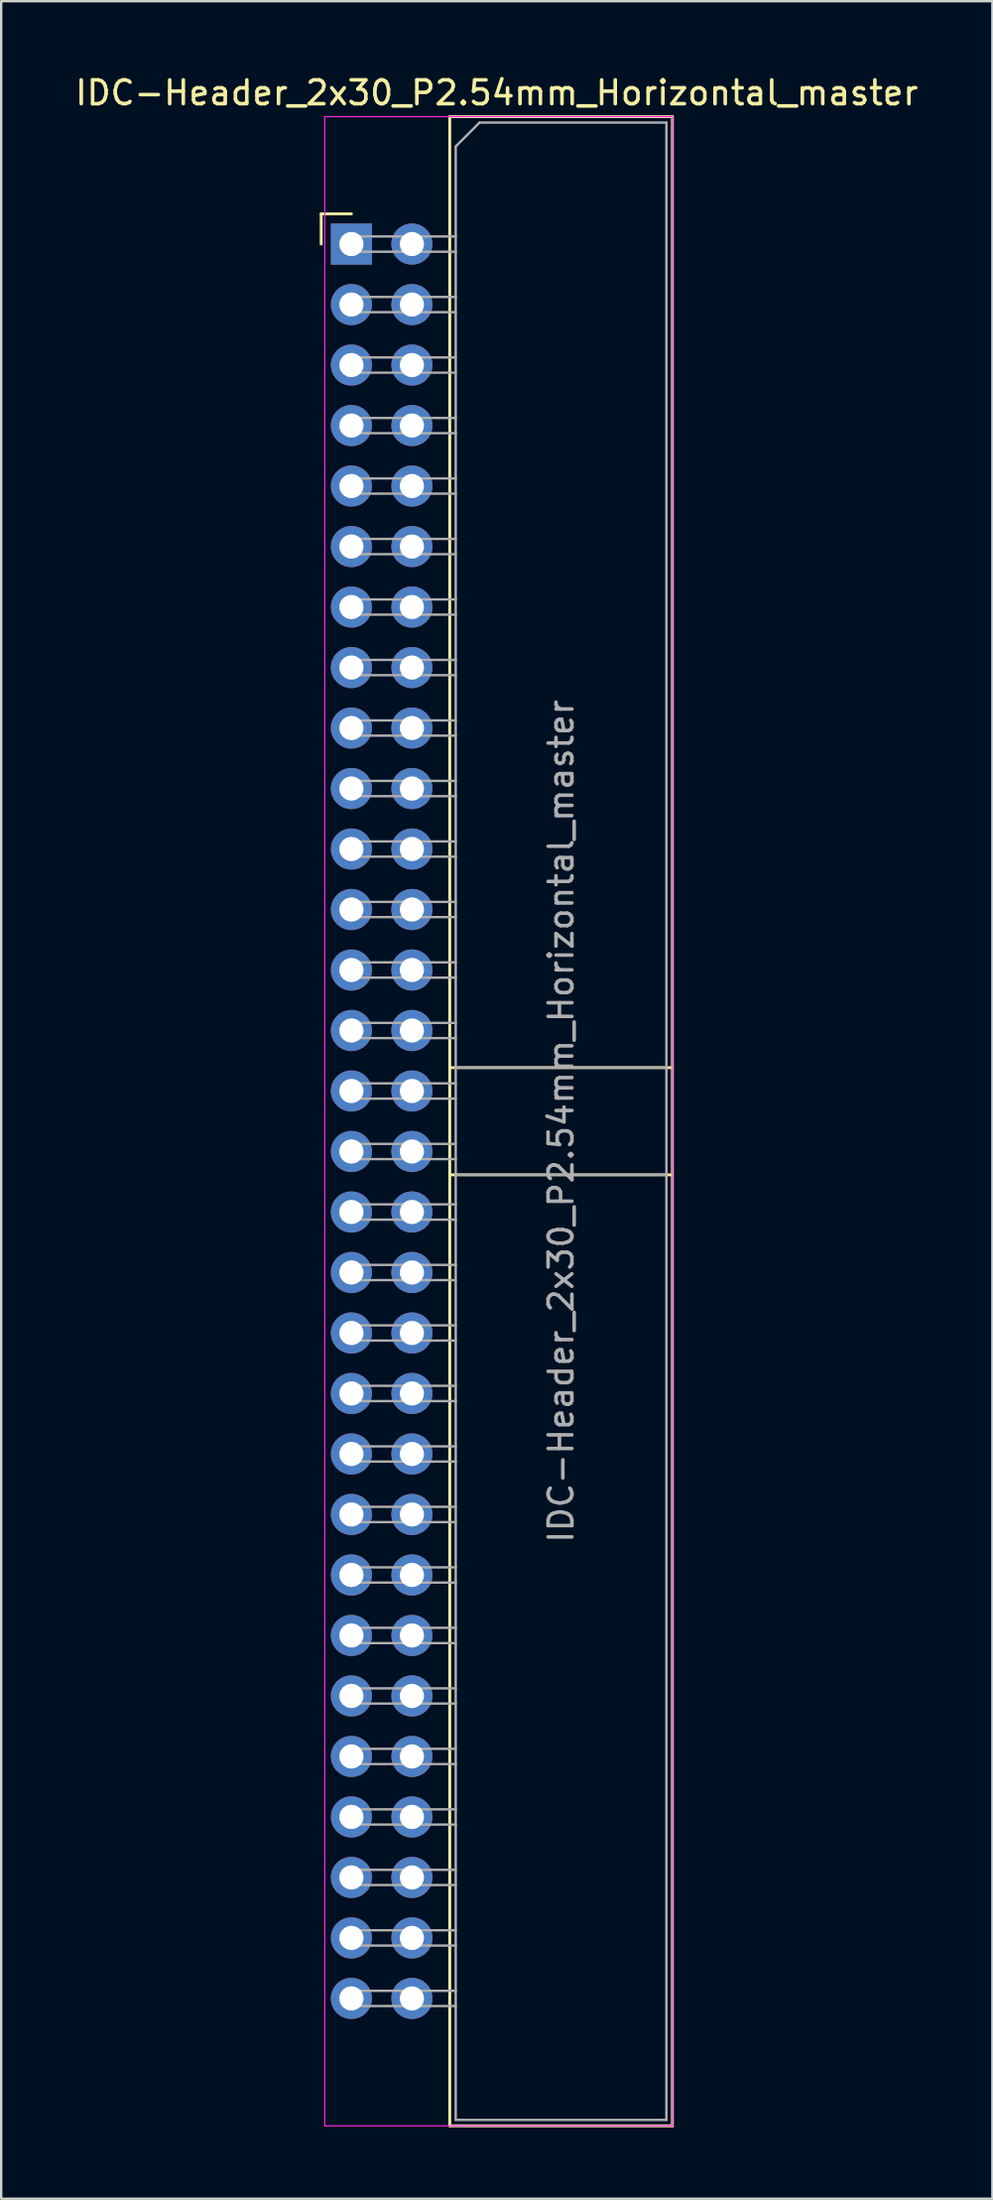
<source format=kicad_pcb>
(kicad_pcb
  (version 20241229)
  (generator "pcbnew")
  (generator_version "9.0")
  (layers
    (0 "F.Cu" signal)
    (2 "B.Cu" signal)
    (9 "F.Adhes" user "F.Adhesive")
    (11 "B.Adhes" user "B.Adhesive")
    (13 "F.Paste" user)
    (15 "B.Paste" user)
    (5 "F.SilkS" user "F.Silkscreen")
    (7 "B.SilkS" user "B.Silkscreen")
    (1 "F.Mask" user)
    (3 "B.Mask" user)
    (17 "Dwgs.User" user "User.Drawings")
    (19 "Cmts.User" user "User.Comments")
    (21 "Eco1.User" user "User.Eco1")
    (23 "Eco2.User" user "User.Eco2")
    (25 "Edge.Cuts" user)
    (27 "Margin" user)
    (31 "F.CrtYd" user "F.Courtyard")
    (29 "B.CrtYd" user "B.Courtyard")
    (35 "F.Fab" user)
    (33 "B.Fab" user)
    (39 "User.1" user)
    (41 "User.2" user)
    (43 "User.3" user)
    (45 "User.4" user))
  (footprint "IDC-Header_2x30_P2.54mm_Horizontal_master"
    (layer "F.Cu")
    (at 11.71 7.198)
    (property "Reference" "IDC-Header_2x30_P2.54mm_Horizontal_master" (at 6.105 -6.35 0) (layer "F.SilkS") (effects (font (size 1 1) (thickness 0.15))))
    (attr through_hole)
    (fp_line (start -1.27 -1.27) (end -1.27 0) (stroke (width 0.12) (type solid)) (layer "F.SilkS"))
    (fp_line (start 0 -1.27) (end -1.27 -1.27) (stroke (width 0.12) (type solid)) (layer "F.SilkS"))
    (fp_line (start 4.13 -5.35) (end 13.48 -5.35) (stroke (width 0.12) (type solid)) (layer "F.SilkS"))
    (fp_line (start 4.13 34.58) (end 13.48 34.58) (stroke (width 0.12) (type solid)) (layer "F.SilkS"))
    (fp_line (start 4.13 39.08) (end 13.48 39.08) (stroke (width 0.12) (type solid)) (layer "F.SilkS"))
    (fp_line (start 4.13 79.01) (end 4.13 -5.35) (stroke (width 0.12) (type solid)) (layer "F.SilkS"))
    (fp_line (start 4.13 79.01) (end 13.48 79.01) (stroke (width 0.12) (type solid)) (layer "F.SilkS"))
    (fp_line (start 13.48 -5.35) (end 13.48 79.01) (stroke (width 0.12) (type solid)) (layer "F.SilkS"))
    (fp_line (start -1.12 -5.35) (end 13.48 -5.35) (stroke (width 0.05) (type solid)) (layer "F.CrtYd"))
    (fp_line (start -1.12 79.01) (end -1.12 -5.35) (stroke (width 0.05) (type solid)) (layer "F.CrtYd"))
    (fp_line (start 13.48 -5.35) (end 13.48 79.01) (stroke (width 0.05) (type solid)) (layer "F.CrtYd"))
    (fp_line (start 13.48 79.01) (end -1.12 79.01) (stroke (width 0.05) (type solid)) (layer "F.CrtYd"))
    (fp_line (start -0.32 -0.32) (end -0.32 0.32) (stroke (width 0.1) (type solid)) (layer "F.Fab"))
    (fp_line (start -0.32 0.32) (end 4.38 0.32) (stroke (width 0.1) (type solid)) (layer "F.Fab"))
    (fp_line (start -0.32 2.22) (end -0.32 2.86) (stroke (width 0.1) (type solid)) (layer "F.Fab"))
    (fp_line (start -0.32 2.86) (end 4.38 2.86) (stroke (width 0.1) (type solid)) (layer "F.Fab"))
    (fp_line (start -0.32 4.76) (end -0.32 5.4) (stroke (width 0.1) (type solid)) (layer "F.Fab"))
    (fp_line (start -0.32 5.4) (end 4.38 5.4) (stroke (width 0.1) (type solid)) (layer "F.Fab"))
    (fp_line (start -0.32 7.3) (end -0.32 7.94) (stroke (width 0.1) (type solid)) (layer "F.Fab"))
    (fp_line (start -0.32 7.94) (end 4.38 7.94) (stroke (width 0.1) (type solid)) (layer "F.Fab"))
    (fp_line (start -0.32 9.84) (end -0.32 10.48) (stroke (width 0.1) (type solid)) (layer "F.Fab"))
    (fp_line (start -0.32 10.48) (end 4.38 10.48) (stroke (width 0.1) (type solid)) (layer "F.Fab"))
    (fp_line (start -0.32 12.38) (end -0.32 13.02) (stroke (width 0.1) (type solid)) (layer "F.Fab"))
    (fp_line (start -0.32 13.02) (end 4.38 13.02) (stroke (width 0.1) (type solid)) (layer "F.Fab"))
    (fp_line (start -0.32 14.92) (end -0.32 15.56) (stroke (width 0.1) (type solid)) (layer "F.Fab"))
    (fp_line (start -0.32 15.56) (end 4.38 15.56) (stroke (width 0.1) (type solid)) (layer "F.Fab"))
    (fp_line (start -0.32 17.46) (end -0.32 18.1) (stroke (width 0.1) (type solid)) (layer "F.Fab"))
    (fp_line (start -0.32 18.1) (end 4.38 18.1) (stroke (width 0.1) (type solid)) (layer "F.Fab"))
    (fp_line (start -0.32 20) (end -0.32 20.64) (stroke (width 0.1) (type solid)) (layer "F.Fab"))
    (fp_line (start -0.32 20.64) (end 4.38 20.64) (stroke (width 0.1) (type solid)) (layer "F.Fab"))
    (fp_line (start -0.32 22.54) (end -0.32 23.18) (stroke (width 0.1) (type solid)) (layer "F.Fab"))
    (fp_line (start -0.32 23.18) (end 4.38 23.18) (stroke (width 0.1) (type solid)) (layer "F.Fab"))
    (fp_line (start -0.32 25.08) (end -0.32 25.72) (stroke (width 0.1) (type solid)) (layer "F.Fab"))
    (fp_line (start -0.32 25.72) (end 4.38 25.72) (stroke (width 0.1) (type solid)) (layer "F.Fab"))
    (fp_line (start -0.32 27.62) (end -0.32 28.26) (stroke (width 0.1) (type solid)) (layer "F.Fab"))
    (fp_line (start -0.32 28.26) (end 4.38 28.26) (stroke (width 0.1) (type solid)) (layer "F.Fab"))
    (fp_line (start -0.32 30.16) (end -0.32 30.8) (stroke (width 0.1) (type solid)) (layer "F.Fab"))
    (fp_line (start -0.32 30.8) (end 4.38 30.8) (stroke (width 0.1) (type solid)) (layer "F.Fab"))
    (fp_line (start -0.32 32.7) (end -0.32 33.34) (stroke (width 0.1) (type solid)) (layer "F.Fab"))
    (fp_line (start -0.32 33.34) (end 4.38 33.34) (stroke (width 0.1) (type solid)) (layer "F.Fab"))
    (fp_line (start -0.32 35.24) (end -0.32 35.88) (stroke (width 0.1) (type solid)) (layer "F.Fab"))
    (fp_line (start -0.32 35.88) (end 4.38 35.88) (stroke (width 0.1) (type solid)) (layer "F.Fab"))
    (fp_line (start -0.32 37.78) (end -0.32 38.42) (stroke (width 0.1) (type solid)) (layer "F.Fab"))
    (fp_line (start -0.32 38.42) (end 4.38 38.42) (stroke (width 0.1) (type solid)) (layer "F.Fab"))
    (fp_line (start -0.32 40.32) (end -0.32 40.96) (stroke (width 0.1) (type solid)) (layer "F.Fab"))
    (fp_line (start -0.32 40.32) (end -0.32 40.96) (stroke (width 0.1) (type solid)) (layer "F.Fab"))
    (fp_line (start -0.32 40.96) (end 4.38 40.96) (stroke (width 0.1) (type solid)) (layer "F.Fab"))
    (fp_line (start -0.32 42.86) (end -0.32 43.5) (stroke (width 0.1) (type solid)) (layer "F.Fab"))
    (fp_line (start -0.32 42.86) (end -0.32 43.5) (stroke (width 0.1) (type solid)) (layer "F.Fab"))
    (fp_line (start -0.32 43.5) (end 4.38 43.5) (stroke (width 0.1) (type solid)) (layer "F.Fab"))
    (fp_line (start -0.32 45.4) (end -0.32 46.04) (stroke (width 0.1) (type solid)) (layer "F.Fab"))
    (fp_line (start -0.32 45.4) (end -0.32 46.04) (stroke (width 0.1) (type solid)) (layer "F.Fab"))
    (fp_line (start -0.32 46.04) (end 4.38 46.04) (stroke (width 0.1) (type solid)) (layer "F.Fab"))
    (fp_line (start -0.32 47.94) (end -0.32 48.58) (stroke (width 0.1) (type solid)) (layer "F.Fab"))
    (fp_line (start -0.32 47.94) (end -0.32 48.58) (stroke (width 0.1) (type solid)) (layer "F.Fab"))
    (fp_line (start -0.32 48.58) (end 4.38 48.58) (stroke (width 0.1) (type solid)) (layer "F.Fab"))
    (fp_line (start -0.32 50.48) (end -0.32 51.12) (stroke (width 0.1) (type solid)) (layer "F.Fab"))
    (fp_line (start -0.32 50.48) (end -0.32 51.12) (stroke (width 0.1) (type solid)) (layer "F.Fab"))
    (fp_line (start -0.32 51.12) (end 4.38 51.12) (stroke (width 0.1) (type solid)) (layer "F.Fab"))
    (fp_line (start -0.32 53.02) (end -0.32 53.66) (stroke (width 0.1) (type solid)) (layer "F.Fab"))
    (fp_line (start -0.32 53.02) (end -0.32 53.66) (stroke (width 0.1) (type solid)) (layer "F.Fab"))
    (fp_line (start -0.32 53.66) (end 4.38 53.66) (stroke (width 0.1) (type solid)) (layer "F.Fab"))
    (fp_line (start -0.32 55.56) (end -0.32 56.2) (stroke (width 0.1) (type solid)) (layer "F.Fab"))
    (fp_line (start -0.32 55.56) (end -0.32 56.2) (stroke (width 0.1) (type solid)) (layer "F.Fab"))
    (fp_line (start -0.32 56.2) (end 4.38 56.2) (stroke (width 0.1) (type solid)) (layer "F.Fab"))
    (fp_line (start -0.32 58.1) (end -0.32 58.74) (stroke (width 0.1) (type solid)) (layer "F.Fab"))
    (fp_line (start -0.32 58.1) (end -0.32 58.74) (stroke (width 0.1) (type solid)) (layer "F.Fab"))
    (fp_line (start -0.32 58.74) (end 4.38 58.74) (stroke (width 0.1) (type solid)) (layer "F.Fab"))
    (fp_line (start -0.32 60.64) (end -0.32 61.28) (stroke (width 0.1) (type solid)) (layer "F.Fab"))
    (fp_line (start -0.32 60.64) (end -0.32 61.28) (stroke (width 0.1) (type solid)) (layer "F.Fab"))
    (fp_line (start -0.32 61.28) (end 4.38 61.28) (stroke (width 0.1) (type solid)) (layer "F.Fab"))
    (fp_line (start -0.32 63.18) (end -0.32 63.82) (stroke (width 0.1) (type solid)) (layer "F.Fab"))
    (fp_line (start -0.32 63.18) (end -0.32 63.82) (stroke (width 0.1) (type solid)) (layer "F.Fab"))
    (fp_line (start -0.32 63.82) (end 4.38 63.82) (stroke (width 0.1) (type solid)) (layer "F.Fab"))
    (fp_line (start -0.32 65.72) (end -0.32 66.36) (stroke (width 0.1) (type solid)) (layer "F.Fab"))
    (fp_line (start -0.32 65.72) (end -0.32 66.36) (stroke (width 0.1) (type solid)) (layer "F.Fab"))
    (fp_line (start -0.32 66.36) (end 4.38 66.36) (stroke (width 0.1) (type solid)) (layer "F.Fab"))
    (fp_line (start -0.32 68.26) (end -0.32 68.9) (stroke (width 0.1) (type solid)) (layer "F.Fab"))
    (fp_line (start -0.32 68.26) (end -0.32 68.9) (stroke (width 0.1) (type solid)) (layer "F.Fab"))
    (fp_line (start -0.32 68.9) (end 4.38 68.9) (stroke (width 0.1) (type solid)) (layer "F.Fab"))
    (fp_line (start -0.32 70.8) (end -0.32 71.44) (stroke (width 0.1) (type solid)) (layer "F.Fab"))
    (fp_line (start -0.32 70.8) (end -0.32 71.44) (stroke (width 0.1) (type solid)) (layer "F.Fab"))
    (fp_line (start -0.32 71.44) (end 4.38 71.44) (stroke (width 0.1) (type solid)) (layer "F.Fab"))
    (fp_line (start -0.32 73.34) (end -0.32 73.98) (stroke (width 0.1) (type solid)) (layer "F.Fab"))
    (fp_line (start -0.32 73.34) (end -0.32 73.98) (stroke (width 0.1) (type solid)) (layer "F.Fab"))
    (fp_line (start -0.32 73.98) (end 4.38 73.98) (stroke (width 0.1) (type solid)) (layer "F.Fab"))
    (fp_line (start 4.38 -4.1) (end 5.38 -5.1) (stroke (width 0.1) (type solid)) (layer "F.Fab"))
    (fp_line (start 4.38 -0.32) (end -0.32 -0.32) (stroke (width 0.1) (type solid)) (layer "F.Fab"))
    (fp_line (start 4.38 2.22) (end -0.32 2.22) (stroke (width 0.1) (type solid)) (layer "F.Fab"))
    (fp_line (start 4.38 4.76) (end -0.32 4.76) (stroke (width 0.1) (type solid)) (layer "F.Fab"))
    (fp_line (start 4.38 7.3) (end -0.32 7.3) (stroke (width 0.1) (type solid)) (layer "F.Fab"))
    (fp_line (start 4.38 9.84) (end -0.32 9.84) (stroke (width 0.1) (type solid)) (layer "F.Fab"))
    (fp_line (start 4.38 12.38) (end -0.32 12.38) (stroke (width 0.1) (type solid)) (layer "F.Fab"))
    (fp_line (start 4.38 14.92) (end -0.32 14.92) (stroke (width 0.1) (type solid)) (layer "F.Fab"))
    (fp_line (start 4.38 17.46) (end -0.32 17.46) (stroke (width 0.1) (type solid)) (layer "F.Fab"))
    (fp_line (start 4.38 20) (end -0.32 20) (stroke (width 0.1) (type solid)) (layer "F.Fab"))
    (fp_line (start 4.38 22.54) (end -0.32 22.54) (stroke (width 0.1) (type solid)) (layer "F.Fab"))
    (fp_line (start 4.38 25.08) (end -0.32 25.08) (stroke (width 0.1) (type solid)) (layer "F.Fab"))
    (fp_line (start 4.38 27.62) (end -0.32 27.62) (stroke (width 0.1) (type solid)) (layer "F.Fab"))
    (fp_line (start 4.38 30.16) (end -0.32 30.16) (stroke (width 0.1) (type solid)) (layer "F.Fab"))
    (fp_line (start 4.38 32.7) (end -0.32 32.7) (stroke (width 0.1) (type solid)) (layer "F.Fab"))
    (fp_line (start 4.38 34.58) (end 13.23 34.58) (stroke (width 0.1) (type solid)) (layer "F.Fab"))
    (fp_line (start 4.38 35.24) (end -0.32 35.24) (stroke (width 0.1) (type solid)) (layer "F.Fab"))
    (fp_line (start 4.38 37.78) (end -0.32 37.78) (stroke (width 0.1) (type solid)) (layer "F.Fab"))
    (fp_line (start 4.38 39.08) (end 13.23 39.08) (stroke (width 0.1) (type solid)) (layer "F.Fab"))
    (fp_line (start 4.38 40.32) (end -0.32 40.32) (stroke (width 0.1) (type solid)) (layer "F.Fab"))
    (fp_line (start 4.38 42.86) (end -0.32 42.86) (stroke (width 0.1) (type solid)) (layer "F.Fab"))
    (fp_line (start 4.38 45.4) (end -0.32 45.4) (stroke (width 0.1) (type solid)) (layer "F.Fab"))
    (fp_line (start 4.38 47.94) (end -0.32 47.94) (stroke (width 0.1) (type solid)) (layer "F.Fab"))
    (fp_line (start 4.38 50.48) (end -0.32 50.48) (stroke (width 0.1) (type solid)) (layer "F.Fab"))
    (fp_line (start 4.38 53.02) (end -0.32 53.02) (stroke (width 0.1) (type solid)) (layer "F.Fab"))
    (fp_line (start 4.38 55.56) (end -0.32 55.56) (stroke (width 0.1) (type solid)) (layer "F.Fab"))
    (fp_line (start 4.38 58.1) (end -0.32 58.1) (stroke (width 0.1) (type solid)) (layer "F.Fab"))
    (fp_line (start 4.38 60.64) (end -0.32 60.64) (stroke (width 0.1) (type solid)) (layer "F.Fab"))
    (fp_line (start 4.38 63.18) (end -0.32 63.18) (stroke (width 0.1) (type solid)) (layer "F.Fab"))
    (fp_line (start 4.38 65.72) (end -0.32 65.72) (stroke (width 0.1) (type solid)) (layer "F.Fab"))
    (fp_line (start 4.38 68.26) (end -0.32 68.26) (stroke (width 0.1) (type solid)) (layer "F.Fab"))
    (fp_line (start 4.38 70.8) (end -0.32 70.8) (stroke (width 0.1) (type solid)) (layer "F.Fab"))
    (fp_line (start 4.38 73.34) (end -0.32 73.34) (stroke (width 0.1) (type solid)) (layer "F.Fab"))
    (fp_line (start 4.38 78.76) (end 4.38 -4.1) (stroke (width 0.1) (type solid)) (layer "F.Fab"))
    (fp_line (start 4.38 78.76) (end 13.23 78.76) (stroke (width 0.1) (type solid)) (layer "F.Fab"))
    (fp_line (start 5.38 -5.1) (end 13.23 -5.1) (stroke (width 0.1) (type solid)) (layer "F.Fab"))
    (fp_line (start 13.23 78.76) (end 13.23 -5.1) (stroke (width 0.1) (type solid)) (layer "F.Fab"))
    (fp_text user "${REFERENCE}" (at 8.805 36.83 90) (layer "F.Fab") (effects (font (size 1 1) (thickness 0.15))))
    (pad "1" thru_hole rect (at 0 0) (size 1.727 1.727) (drill 1.016) (layers "*.Cu" "*.Mask"))
    (pad "2" thru_hole oval (at 2.54 0) (size 1.727 1.727) (drill 1.016) (layers "*.Cu" "*.Mask"))
    (pad "3" thru_hole oval (at 0 2.54) (size 1.727 1.727) (drill 1.016) (layers "*.Cu" "*.Mask"))
    (pad "4" thru_hole oval (at 2.54 2.54) (size 1.727 1.727) (drill 1.016) (layers "*.Cu" "*.Mask"))
    (pad "5" thru_hole oval (at 0 5.08) (size 1.727 1.727) (drill 1.016) (layers "*.Cu" "*.Mask"))
    (pad "6" thru_hole oval (at 2.54 5.08) (size 1.727 1.727) (drill 1.016) (layers "*.Cu" "*.Mask"))
    (pad "7" thru_hole oval (at 0 7.62) (size 1.727 1.727) (drill 1.016) (layers "*.Cu" "*.Mask"))
    (pad "8" thru_hole oval (at 2.54 7.62) (size 1.727 1.727) (drill 1.016) (layers "*.Cu" "*.Mask"))
    (pad "9" thru_hole oval (at 0 10.16) (size 1.727 1.727) (drill 1.016) (layers "*.Cu" "*.Mask"))
    (pad "10" thru_hole oval (at 2.54 10.16) (size 1.727 1.727) (drill 1.016) (layers "*.Cu" "*.Mask"))
    (pad "11" thru_hole oval (at 0 12.7) (size 1.727 1.727) (drill 1.016) (layers "*.Cu" "*.Mask"))
    (pad "12" thru_hole oval (at 2.54 12.7) (size 1.727 1.727) (drill 1.016) (layers "*.Cu" "*.Mask"))
    (pad "13" thru_hole oval (at 0 15.24) (size 1.727 1.727) (drill 1.016) (layers "*.Cu" "*.Mask"))
    (pad "14" thru_hole oval (at 2.54 15.24) (size 1.727 1.727) (drill 1.016) (layers "*.Cu" "*.Mask"))
    (pad "15" thru_hole oval (at 0 17.78) (size 1.727 1.727) (drill 1.016) (layers "*.Cu" "*.Mask"))
    (pad "16" thru_hole oval (at 2.54 17.78) (size 1.727 1.727) (drill 1.016) (layers "*.Cu" "*.Mask"))
    (pad "17" thru_hole oval (at 0 20.32) (size 1.727 1.727) (drill 1.016) (layers "*.Cu" "*.Mask"))
    (pad "18" thru_hole oval (at 2.54 20.32) (size 1.727 1.727) (drill 1.016) (layers "*.Cu" "*.Mask"))
    (pad "19" thru_hole oval (at 0 22.86) (size 1.727 1.727) (drill 1.016) (layers "*.Cu" "*.Mask"))
    (pad "20" thru_hole oval (at 2.54 22.86) (size 1.727 1.727) (drill 1.016) (layers "*.Cu" "*.Mask"))
    (pad "21" thru_hole oval (at 0 25.4) (size 1.727 1.727) (drill 1.016) (layers "*.Cu" "*.Mask"))
    (pad "22" thru_hole oval (at 2.54 25.4) (size 1.727 1.727) (drill 1.016) (layers "*.Cu" "*.Mask"))
    (pad "23" thru_hole oval (at 0 27.94) (size 1.727 1.727) (drill 1.016) (layers "*.Cu" "*.Mask"))
    (pad "24" thru_hole oval (at 2.54 27.94) (size 1.727 1.727) (drill 1.016) (layers "*.Cu" "*.Mask"))
    (pad "25" thru_hole oval (at 0 30.48) (size 1.727 1.727) (drill 1.016) (layers "*.Cu" "*.Mask"))
    (pad "26" thru_hole oval (at 2.54 30.48) (size 1.727 1.727) (drill 1.016) (layers "*.Cu" "*.Mask"))
    (pad "27" thru_hole oval (at 0 33.02) (size 1.727 1.727) (drill 1.016) (layers "*.Cu" "*.Mask"))
    (pad "28" thru_hole oval (at 2.54 33.02) (size 1.727 1.727) (drill 1.016) (layers "*.Cu" "*.Mask"))
    (pad "29" thru_hole oval (at 0 35.56) (size 1.727 1.727) (drill 1.016) (layers "*.Cu" "*.Mask"))
    (pad "30" thru_hole oval (at 2.54 35.56) (size 1.727 1.727) (drill 1.016) (layers "*.Cu" "*.Mask"))
    (pad "31" thru_hole oval (at 0 38.1) (size 1.727 1.727) (drill 1.016) (layers "*.Cu" "*.Mask"))
    (pad "32" thru_hole oval (at 2.54 38.1) (size 1.727 1.727) (drill 1.016) (layers "*.Cu" "*.Mask"))
    (pad "33" thru_hole oval (at 0 40.64) (size 1.727 1.727) (drill 1.016) (layers "*.Cu" "*.Mask"))
    (pad "34" thru_hole oval (at 2.54 40.64) (size 1.727 1.727) (drill 1.016) (layers "*.Cu" "*.Mask"))
    (pad "35" thru_hole oval (at 0 43.18) (size 1.727 1.727) (drill 1.016) (layers "*.Cu" "*.Mask"))
    (pad "36" thru_hole oval (at 2.54 43.18) (size 1.727 1.727) (drill 1.016) (layers "*.Cu" "*.Mask"))
    (pad "37" thru_hole oval (at 0 45.72) (size 1.727 1.727) (drill 1.016) (layers "*.Cu" "*.Mask"))
    (pad "38" thru_hole oval (at 2.54 45.72) (size 1.727 1.727) (drill 1.016) (layers "*.Cu" "*.Mask"))
    (pad "39" thru_hole oval (at 0 48.26) (size 1.727 1.727) (drill 1.016) (layers "*.Cu" "*.Mask"))
    (pad "40" thru_hole oval (at 2.54 48.26) (size 1.727 1.727) (drill 1.016) (layers "*.Cu" "*.Mask"))
    (pad "41" thru_hole oval (at 0 50.8) (size 1.727 1.727) (drill 1.016) (layers "*.Cu" "*.Mask"))
    (pad "42" thru_hole oval (at 2.54 50.8) (size 1.727 1.727) (drill 1.016) (layers "*.Cu" "*.Mask"))
    (pad "43" thru_hole oval (at 0 53.34) (size 1.727 1.727) (drill 1.016) (layers "*.Cu" "*.Mask"))
    (pad "44" thru_hole oval (at 2.54 53.34) (size 1.727 1.727) (drill 1.016) (layers "*.Cu" "*.Mask"))
    (pad "45" thru_hole oval (at 0 55.88) (size 1.727 1.727) (drill 1.016) (layers "*.Cu" "*.Mask"))
    (pad "46" thru_hole oval (at 2.54 55.88) (size 1.727 1.727) (drill 1.016) (layers "*.Cu" "*.Mask"))
    (pad "47" thru_hole oval (at 0 58.42) (size 1.727 1.727) (drill 1.016) (layers "*.Cu" "*.Mask"))
    (pad "48" thru_hole oval (at 2.54 58.42) (size 1.727 1.727) (drill 1.016) (layers "*.Cu" "*.Mask"))
    (pad "49" thru_hole oval (at 0 60.96) (size 1.727 1.727) (drill 1.016) (layers "*.Cu" "*.Mask"))
    (pad "50" thru_hole oval (at 2.54 60.96) (size 1.727 1.727) (drill 1.016) (layers "*.Cu" "*.Mask"))
    (pad "51" thru_hole oval (at 0 63.5) (size 1.727 1.727) (drill 1.016) (layers "*.Cu" "*.Mask"))
    (pad "52" thru_hole oval (at 2.54 63.5) (size 1.727 1.727) (drill 1.016) (layers "*.Cu" "*.Mask"))
    (pad "53" thru_hole oval (at 0 66.04) (size 1.727 1.727) (drill 1.016) (layers "*.Cu" "*.Mask"))
    (pad "54" thru_hole oval (at 2.54 66.04) (size 1.727 1.727) (drill 1.016) (layers "*.Cu" "*.Mask"))
    (pad "55" thru_hole oval (at 0 68.58) (size 1.727 1.727) (drill 1.016) (layers "*.Cu" "*.Mask"))
    (pad "56" thru_hole oval (at 2.54 68.58) (size 1.727 1.727) (drill 1.016) (layers "*.Cu" "*.Mask"))
    (pad "57" thru_hole oval (at 0 71.12) (size 1.727 1.727) (drill 1.016) (layers "*.Cu" "*.Mask"))
    (pad "58" thru_hole oval (at 2.54 71.12) (size 1.727 1.727) (drill 1.016) (layers "*.Cu" "*.Mask"))
    (pad "59" thru_hole oval (at 0 73.66) (size 1.727 1.727) (drill 1.016) (layers "*.Cu" "*.Mask"))
    (pad "60" thru_hole oval (at 2.54 73.66) (size 1.727 1.727) (drill 1.016) (layers "*.Cu" "*.Mask")))
  (gr_rect
    (start -3 -3)
    (end 38.631 89.268)
    (stroke (width 0.1) (type default))
    (fill no)
    (layer "Edge.Cuts")))
</source>
